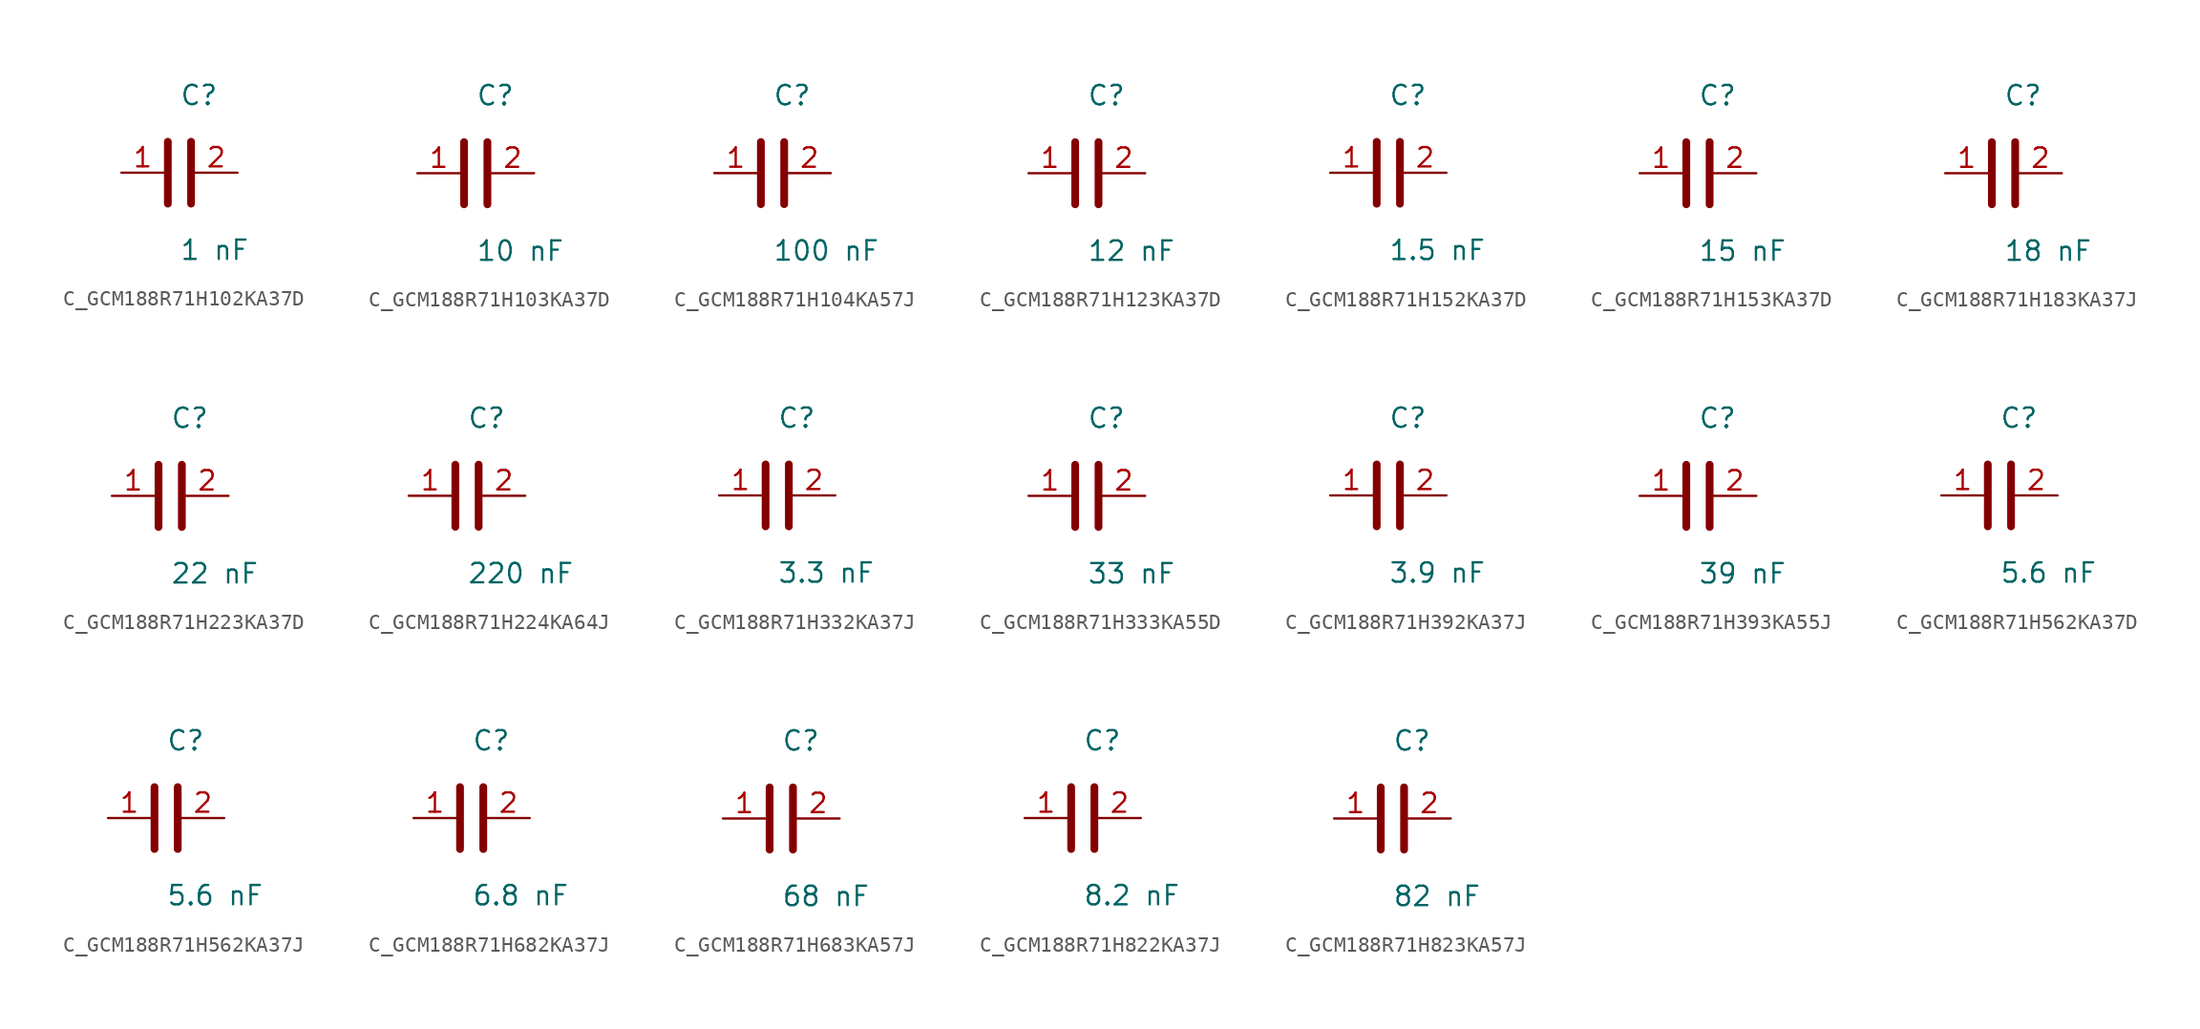
<source format=kicad_sym>
(kicad_symbol_lib
  (version 20231120)
  (generator kicad_symbol_editor)
  (generator_version 8.0)
  (symbol "C_GCM188R71H102KA37D"
    (pin_names
      (offset 0.254))
    (property "Reference" "C"
      (at 0.0 5.08 0)
      (effects (font (size 1.27 1.27)) (justify left)))
    (property "Value" "1 nF"
      (at 0.0 -5.08 0)
      (effects (font (size 1.27 1.27)) (justify left)))
    (symbol "C_GCM188R71H102KA37D_0_1"
      (polyline (pts (xy -0.762 -2.032) (xy -0.762 2.032)) (stroke (width 0.508) (type default)) (fill (type none)))
      (polyline (pts (xy 0.762 -2.032) (xy 0.762 2.032)) (stroke (width 0.508) (type default)) (fill (type none))))
    (pin unspecified line
      (at -3.81 0 0)
      (length 2.8)
      (name "" (effects (font (size 1.27 1.27))))
      (number "1" (effects (font (size 1.27 1.27)))))
    (pin unspecified line
      (at 3.81 0 180)
      (length 2.8)
      (name "" (effects (font (size 1.27 1.27))))
      (number "2" (effects (font (size 1.27 1.27))))))
  (symbol "C_GCM188R71H103KA37D"
    (pin_names
      (offset 0.254))
    (property "Reference" "C"
      (at 0.0 5.08 0)
      (effects (font (size 1.27 1.27)) (justify left)))
    (property "Value" "10 nF"
      (at 0.0 -5.08 0)
      (effects (font (size 1.27 1.27)) (justify left)))
    (symbol "C_GCM188R71H103KA37D_0_1"
      (polyline (pts (xy -0.762 -2.032) (xy -0.762 2.032)) (stroke (width 0.508) (type default)) (fill (type none)))
      (polyline (pts (xy 0.762 -2.032) (xy 0.762 2.032)) (stroke (width 0.508) (type default)) (fill (type none))))
    (pin unspecified line
      (at -3.81 0 0)
      (length 2.8)
      (name "" (effects (font (size 1.27 1.27))))
      (number "1" (effects (font (size 1.27 1.27)))))
    (pin unspecified line
      (at 3.81 0 180)
      (length 2.8)
      (name "" (effects (font (size 1.27 1.27))))
      (number "2" (effects (font (size 1.27 1.27))))))
  (symbol "C_GCM188R71H104KA57J"
    (pin_names
      (offset 0.254))
    (property "Reference" "C"
      (at 0.0 5.08 0)
      (effects (font (size 1.27 1.27)) (justify left)))
    (property "Value" "100 nF"
      (at 0.0 -5.08 0)
      (effects (font (size 1.27 1.27)) (justify left)))
    (symbol "C_GCM188R71H104KA57J_0_1"
      (polyline (pts (xy -0.762 -2.032) (xy -0.762 2.032)) (stroke (width 0.508) (type default)) (fill (type none)))
      (polyline (pts (xy 0.762 -2.032) (xy 0.762 2.032)) (stroke (width 0.508) (type default)) (fill (type none))))
    (pin unspecified line
      (at -3.81 0 0)
      (length 2.8)
      (name "" (effects (font (size 1.27 1.27))))
      (number "1" (effects (font (size 1.27 1.27)))))
    (pin unspecified line
      (at 3.81 0 180)
      (length 2.8)
      (name "" (effects (font (size 1.27 1.27))))
      (number "2" (effects (font (size 1.27 1.27))))))
  (symbol "C_GCM188R71H123KA37D"
    (pin_names
      (offset 0.254))
    (property "Reference" "C"
      (at 0.0 5.08 0)
      (effects (font (size 1.27 1.27)) (justify left)))
    (property "Value" "12 nF"
      (at 0.0 -5.08 0)
      (effects (font (size 1.27 1.27)) (justify left)))
    (symbol "C_GCM188R71H123KA37D_0_1"
      (polyline (pts (xy -0.762 -2.032) (xy -0.762 2.032)) (stroke (width 0.508) (type default)) (fill (type none)))
      (polyline (pts (xy 0.762 -2.032) (xy 0.762 2.032)) (stroke (width 0.508) (type default)) (fill (type none))))
    (pin unspecified line
      (at -3.81 0 0)
      (length 2.8)
      (name "" (effects (font (size 1.27 1.27))))
      (number "1" (effects (font (size 1.27 1.27)))))
    (pin unspecified line
      (at 3.81 0 180)
      (length 2.8)
      (name "" (effects (font (size 1.27 1.27))))
      (number "2" (effects (font (size 1.27 1.27))))))
  (symbol "C_GCM188R71H152KA37D"
    (pin_names
      (offset 0.254))
    (property "Reference" "C"
      (at 0.0 5.08 0)
      (effects (font (size 1.27 1.27)) (justify left)))
    (property "Value" "1.5 nF"
      (at 0.0 -5.08 0)
      (effects (font (size 1.27 1.27)) (justify left)))
    (symbol "C_GCM188R71H152KA37D_0_1"
      (polyline (pts (xy -0.762 -2.032) (xy -0.762 2.032)) (stroke (width 0.508) (type default)) (fill (type none)))
      (polyline (pts (xy 0.762 -2.032) (xy 0.762 2.032)) (stroke (width 0.508) (type default)) (fill (type none))))
    (pin unspecified line
      (at -3.81 0 0)
      (length 2.8)
      (name "" (effects (font (size 1.27 1.27))))
      (number "1" (effects (font (size 1.27 1.27)))))
    (pin unspecified line
      (at 3.81 0 180)
      (length 2.8)
      (name "" (effects (font (size 1.27 1.27))))
      (number "2" (effects (font (size 1.27 1.27))))))
  (symbol "C_GCM188R71H153KA37D"
    (pin_names
      (offset 0.254))
    (property "Reference" "C"
      (at 0.0 5.08 0)
      (effects (font (size 1.27 1.27)) (justify left)))
    (property "Value" "15 nF"
      (at 0.0 -5.08 0)
      (effects (font (size 1.27 1.27)) (justify left)))
    (symbol "C_GCM188R71H153KA37D_0_1"
      (polyline (pts (xy -0.762 -2.032) (xy -0.762 2.032)) (stroke (width 0.508) (type default)) (fill (type none)))
      (polyline (pts (xy 0.762 -2.032) (xy 0.762 2.032)) (stroke (width 0.508) (type default)) (fill (type none))))
    (pin unspecified line
      (at -3.81 0 0)
      (length 2.8)
      (name "" (effects (font (size 1.27 1.27))))
      (number "1" (effects (font (size 1.27 1.27)))))
    (pin unspecified line
      (at 3.81 0 180)
      (length 2.8)
      (name "" (effects (font (size 1.27 1.27))))
      (number "2" (effects (font (size 1.27 1.27))))))
  (symbol "C_GCM188R71H183KA37J"
    (pin_names
      (offset 0.254))
    (property "Reference" "C"
      (at 0.0 5.08 0)
      (effects (font (size 1.27 1.27)) (justify left)))
    (property "Value" "18 nF"
      (at 0.0 -5.08 0)
      (effects (font (size 1.27 1.27)) (justify left)))
    (symbol "C_GCM188R71H183KA37J_0_1"
      (polyline (pts (xy -0.762 -2.032) (xy -0.762 2.032)) (stroke (width 0.508) (type default)) (fill (type none)))
      (polyline (pts (xy 0.762 -2.032) (xy 0.762 2.032)) (stroke (width 0.508) (type default)) (fill (type none))))
    (pin unspecified line
      (at -3.81 0 0)
      (length 2.8)
      (name "" (effects (font (size 1.27 1.27))))
      (number "1" (effects (font (size 1.27 1.27)))))
    (pin unspecified line
      (at 3.81 0 180)
      (length 2.8)
      (name "" (effects (font (size 1.27 1.27))))
      (number "2" (effects (font (size 1.27 1.27))))))
  (symbol "C_GCM188R71H223KA37D"
    (pin_names
      (offset 0.254))
    (property "Reference" "C"
      (at 0.0 5.08 0)
      (effects (font (size 1.27 1.27)) (justify left)))
    (property "Value" "22 nF"
      (at 0.0 -5.08 0)
      (effects (font (size 1.27 1.27)) (justify left)))
    (symbol "C_GCM188R71H223KA37D_0_1"
      (polyline (pts (xy -0.762 -2.032) (xy -0.762 2.032)) (stroke (width 0.508) (type default)) (fill (type none)))
      (polyline (pts (xy 0.762 -2.032) (xy 0.762 2.032)) (stroke (width 0.508) (type default)) (fill (type none))))
    (pin unspecified line
      (at -3.81 0 0)
      (length 2.8)
      (name "" (effects (font (size 1.27 1.27))))
      (number "1" (effects (font (size 1.27 1.27)))))
    (pin unspecified line
      (at 3.81 0 180)
      (length 2.8)
      (name "" (effects (font (size 1.27 1.27))))
      (number "2" (effects (font (size 1.27 1.27))))))
  (symbol "C_GCM188R71H224KA64J"
    (pin_names
      (offset 0.254))
    (property "Reference" "C"
      (at 0.0 5.08 0)
      (effects (font (size 1.27 1.27)) (justify left)))
    (property "Value" "220 nF"
      (at 0.0 -5.08 0)
      (effects (font (size 1.27 1.27)) (justify left)))
    (symbol "C_GCM188R71H224KA64J_0_1"
      (polyline (pts (xy -0.762 -2.032) (xy -0.762 2.032)) (stroke (width 0.508) (type default)) (fill (type none)))
      (polyline (pts (xy 0.762 -2.032) (xy 0.762 2.032)) (stroke (width 0.508) (type default)) (fill (type none))))
    (pin unspecified line
      (at -3.81 0 0)
      (length 2.8)
      (name "" (effects (font (size 1.27 1.27))))
      (number "1" (effects (font (size 1.27 1.27)))))
    (pin unspecified line
      (at 3.81 0 180)
      (length 2.8)
      (name "" (effects (font (size 1.27 1.27))))
      (number "2" (effects (font (size 1.27 1.27))))))
  (symbol "C_GCM188R71H332KA37J"
    (pin_names
      (offset 0.254))
    (property "Reference" "C"
      (at 0.0 5.08 0)
      (effects (font (size 1.27 1.27)) (justify left)))
    (property "Value" "3.3 nF"
      (at 0.0 -5.08 0)
      (effects (font (size 1.27 1.27)) (justify left)))
    (symbol "C_GCM188R71H332KA37J_0_1"
      (polyline (pts (xy -0.762 -2.032) (xy -0.762 2.032)) (stroke (width 0.508) (type default)) (fill (type none)))
      (polyline (pts (xy 0.762 -2.032) (xy 0.762 2.032)) (stroke (width 0.508) (type default)) (fill (type none))))
    (pin unspecified line
      (at -3.81 0 0)
      (length 2.8)
      (name "" (effects (font (size 1.27 1.27))))
      (number "1" (effects (font (size 1.27 1.27)))))
    (pin unspecified line
      (at 3.81 0 180)
      (length 2.8)
      (name "" (effects (font (size 1.27 1.27))))
      (number "2" (effects (font (size 1.27 1.27))))))
  (symbol "C_GCM188R71H333KA55D"
    (pin_names
      (offset 0.254))
    (property "Reference" "C"
      (at 0.0 5.08 0)
      (effects (font (size 1.27 1.27)) (justify left)))
    (property "Value" "33 nF"
      (at 0.0 -5.08 0)
      (effects (font (size 1.27 1.27)) (justify left)))
    (symbol "C_GCM188R71H333KA55D_0_1"
      (polyline (pts (xy -0.762 -2.032) (xy -0.762 2.032)) (stroke (width 0.508) (type default)) (fill (type none)))
      (polyline (pts (xy 0.762 -2.032) (xy 0.762 2.032)) (stroke (width 0.508) (type default)) (fill (type none))))
    (pin unspecified line
      (at -3.81 0 0)
      (length 2.8)
      (name "" (effects (font (size 1.27 1.27))))
      (number "1" (effects (font (size 1.27 1.27)))))
    (pin unspecified line
      (at 3.81 0 180)
      (length 2.8)
      (name "" (effects (font (size 1.27 1.27))))
      (number "2" (effects (font (size 1.27 1.27))))))
  (symbol "C_GCM188R71H392KA37J"
    (pin_names
      (offset 0.254))
    (property "Reference" "C"
      (at 0.0 5.08 0)
      (effects (font (size 1.27 1.27)) (justify left)))
    (property "Value" "3.9 nF"
      (at 0.0 -5.08 0)
      (effects (font (size 1.27 1.27)) (justify left)))
    (symbol "C_GCM188R71H392KA37J_0_1"
      (polyline (pts (xy -0.762 -2.032) (xy -0.762 2.032)) (stroke (width 0.508) (type default)) (fill (type none)))
      (polyline (pts (xy 0.762 -2.032) (xy 0.762 2.032)) (stroke (width 0.508) (type default)) (fill (type none))))
    (pin unspecified line
      (at -3.81 0 0)
      (length 2.8)
      (name "" (effects (font (size 1.27 1.27))))
      (number "1" (effects (font (size 1.27 1.27)))))
    (pin unspecified line
      (at 3.81 0 180)
      (length 2.8)
      (name "" (effects (font (size 1.27 1.27))))
      (number "2" (effects (font (size 1.27 1.27))))))
  (symbol "C_GCM188R71H393KA55J"
    (pin_names
      (offset 0.254))
    (property "Reference" "C"
      (at 0.0 5.08 0)
      (effects (font (size 1.27 1.27)) (justify left)))
    (property "Value" "39 nF"
      (at 0.0 -5.08 0)
      (effects (font (size 1.27 1.27)) (justify left)))
    (symbol "C_GCM188R71H393KA55J_0_1"
      (polyline (pts (xy -0.762 -2.032) (xy -0.762 2.032)) (stroke (width 0.508) (type default)) (fill (type none)))
      (polyline (pts (xy 0.762 -2.032) (xy 0.762 2.032)) (stroke (width 0.508) (type default)) (fill (type none))))
    (pin unspecified line
      (at -3.81 0 0)
      (length 2.8)
      (name "" (effects (font (size 1.27 1.27))))
      (number "1" (effects (font (size 1.27 1.27)))))
    (pin unspecified line
      (at 3.81 0 180)
      (length 2.8)
      (name "" (effects (font (size 1.27 1.27))))
      (number "2" (effects (font (size 1.27 1.27))))))
  (symbol "C_GCM188R71H562KA37D"
    (pin_names
      (offset 0.254))
    (property "Reference" "C"
      (at 0.0 5.08 0)
      (effects (font (size 1.27 1.27)) (justify left)))
    (property "Value" "5.6 nF"
      (at 0.0 -5.08 0)
      (effects (font (size 1.27 1.27)) (justify left)))
    (symbol "C_GCM188R71H562KA37D_0_1"
      (polyline (pts (xy -0.762 -2.032) (xy -0.762 2.032)) (stroke (width 0.508) (type default)) (fill (type none)))
      (polyline (pts (xy 0.762 -2.032) (xy 0.762 2.032)) (stroke (width 0.508) (type default)) (fill (type none))))
    (pin unspecified line
      (at -3.81 0 0)
      (length 2.8)
      (name "" (effects (font (size 1.27 1.27))))
      (number "1" (effects (font (size 1.27 1.27)))))
    (pin unspecified line
      (at 3.81 0 180)
      (length 2.8)
      (name "" (effects (font (size 1.27 1.27))))
      (number "2" (effects (font (size 1.27 1.27))))))
  (symbol "C_GCM188R71H562KA37J"
    (pin_names
      (offset 0.254))
    (property "Reference" "C"
      (at 0.0 5.08 0)
      (effects (font (size 1.27 1.27)) (justify left)))
    (property "Value" "5.6 nF"
      (at 0.0 -5.08 0)
      (effects (font (size 1.27 1.27)) (justify left)))
    (symbol "C_GCM188R71H562KA37J_0_1"
      (polyline (pts (xy -0.762 -2.032) (xy -0.762 2.032)) (stroke (width 0.508) (type default)) (fill (type none)))
      (polyline (pts (xy 0.762 -2.032) (xy 0.762 2.032)) (stroke (width 0.508) (type default)) (fill (type none))))
    (pin unspecified line
      (at -3.81 0 0)
      (length 2.8)
      (name "" (effects (font (size 1.27 1.27))))
      (number "1" (effects (font (size 1.27 1.27)))))
    (pin unspecified line
      (at 3.81 0 180)
      (length 2.8)
      (name "" (effects (font (size 1.27 1.27))))
      (number "2" (effects (font (size 1.27 1.27))))))
  (symbol "C_GCM188R71H682KA37J"
    (pin_names
      (offset 0.254))
    (property "Reference" "C"
      (at 0.0 5.08 0)
      (effects (font (size 1.27 1.27)) (justify left)))
    (property "Value" "6.8 nF"
      (at 0.0 -5.08 0)
      (effects (font (size 1.27 1.27)) (justify left)))
    (symbol "C_GCM188R71H682KA37J_0_1"
      (polyline (pts (xy -0.762 -2.032) (xy -0.762 2.032)) (stroke (width 0.508) (type default)) (fill (type none)))
      (polyline (pts (xy 0.762 -2.032) (xy 0.762 2.032)) (stroke (width 0.508) (type default)) (fill (type none))))
    (pin unspecified line
      (at -3.81 0 0)
      (length 2.8)
      (name "" (effects (font (size 1.27 1.27))))
      (number "1" (effects (font (size 1.27 1.27)))))
    (pin unspecified line
      (at 3.81 0 180)
      (length 2.8)
      (name "" (effects (font (size 1.27 1.27))))
      (number "2" (effects (font (size 1.27 1.27))))))
  (symbol "C_GCM188R71H683KA57J"
    (pin_names
      (offset 0.254))
    (property "Reference" "C"
      (at 0.0 5.08 0)
      (effects (font (size 1.27 1.27)) (justify left)))
    (property "Value" "68 nF"
      (at 0.0 -5.08 0)
      (effects (font (size 1.27 1.27)) (justify left)))
    (symbol "C_GCM188R71H683KA57J_0_1"
      (polyline (pts (xy -0.762 -2.032) (xy -0.762 2.032)) (stroke (width 0.508) (type default)) (fill (type none)))
      (polyline (pts (xy 0.762 -2.032) (xy 0.762 2.032)) (stroke (width 0.508) (type default)) (fill (type none))))
    (pin unspecified line
      (at -3.81 0 0)
      (length 2.8)
      (name "" (effects (font (size 1.27 1.27))))
      (number "1" (effects (font (size 1.27 1.27)))))
    (pin unspecified line
      (at 3.81 0 180)
      (length 2.8)
      (name "" (effects (font (size 1.27 1.27))))
      (number "2" (effects (font (size 1.27 1.27))))))
  (symbol "C_GCM188R71H822KA37J"
    (pin_names
      (offset 0.254))
    (property "Reference" "C"
      (at 0.0 5.08 0)
      (effects (font (size 1.27 1.27)) (justify left)))
    (property "Value" "8.2 nF"
      (at 0.0 -5.08 0)
      (effects (font (size 1.27 1.27)) (justify left)))
    (symbol "C_GCM188R71H822KA37J_0_1"
      (polyline (pts (xy -0.762 -2.032) (xy -0.762 2.032)) (stroke (width 0.508) (type default)) (fill (type none)))
      (polyline (pts (xy 0.762 -2.032) (xy 0.762 2.032)) (stroke (width 0.508) (type default)) (fill (type none))))
    (pin unspecified line
      (at -3.81 0 0)
      (length 2.8)
      (name "" (effects (font (size 1.27 1.27))))
      (number "1" (effects (font (size 1.27 1.27)))))
    (pin unspecified line
      (at 3.81 0 180)
      (length 2.8)
      (name "" (effects (font (size 1.27 1.27))))
      (number "2" (effects (font (size 1.27 1.27))))))
  (symbol "C_GCM188R71H823KA57J"
    (pin_names
      (offset 0.254))
    (property "Reference" "C"
      (at 0.0 5.08 0)
      (effects (font (size 1.27 1.27)) (justify left)))
    (property "Value" "82 nF"
      (at 0.0 -5.08 0)
      (effects (font (size 1.27 1.27)) (justify left)))
    (symbol "C_GCM188R71H823KA57J_0_1"
      (polyline (pts (xy -0.762 -2.032) (xy -0.762 2.032)) (stroke (width 0.508) (type default)) (fill (type none)))
      (polyline (pts (xy 0.762 -2.032) (xy 0.762 2.032)) (stroke (width 0.508) (type default)) (fill (type none))))
    (pin unspecified line
      (at -3.81 0 0)
      (length 2.8)
      (name "" (effects (font (size 1.27 1.27))))
      (number "1" (effects (font (size 1.27 1.27)))))
    (pin unspecified line
      (at 3.81 0 180)
      (length 2.8)
      (name "" (effects (font (size 1.27 1.27))))
      (number "2" (effects (font (size 1.27 1.27)))))))
</source>
